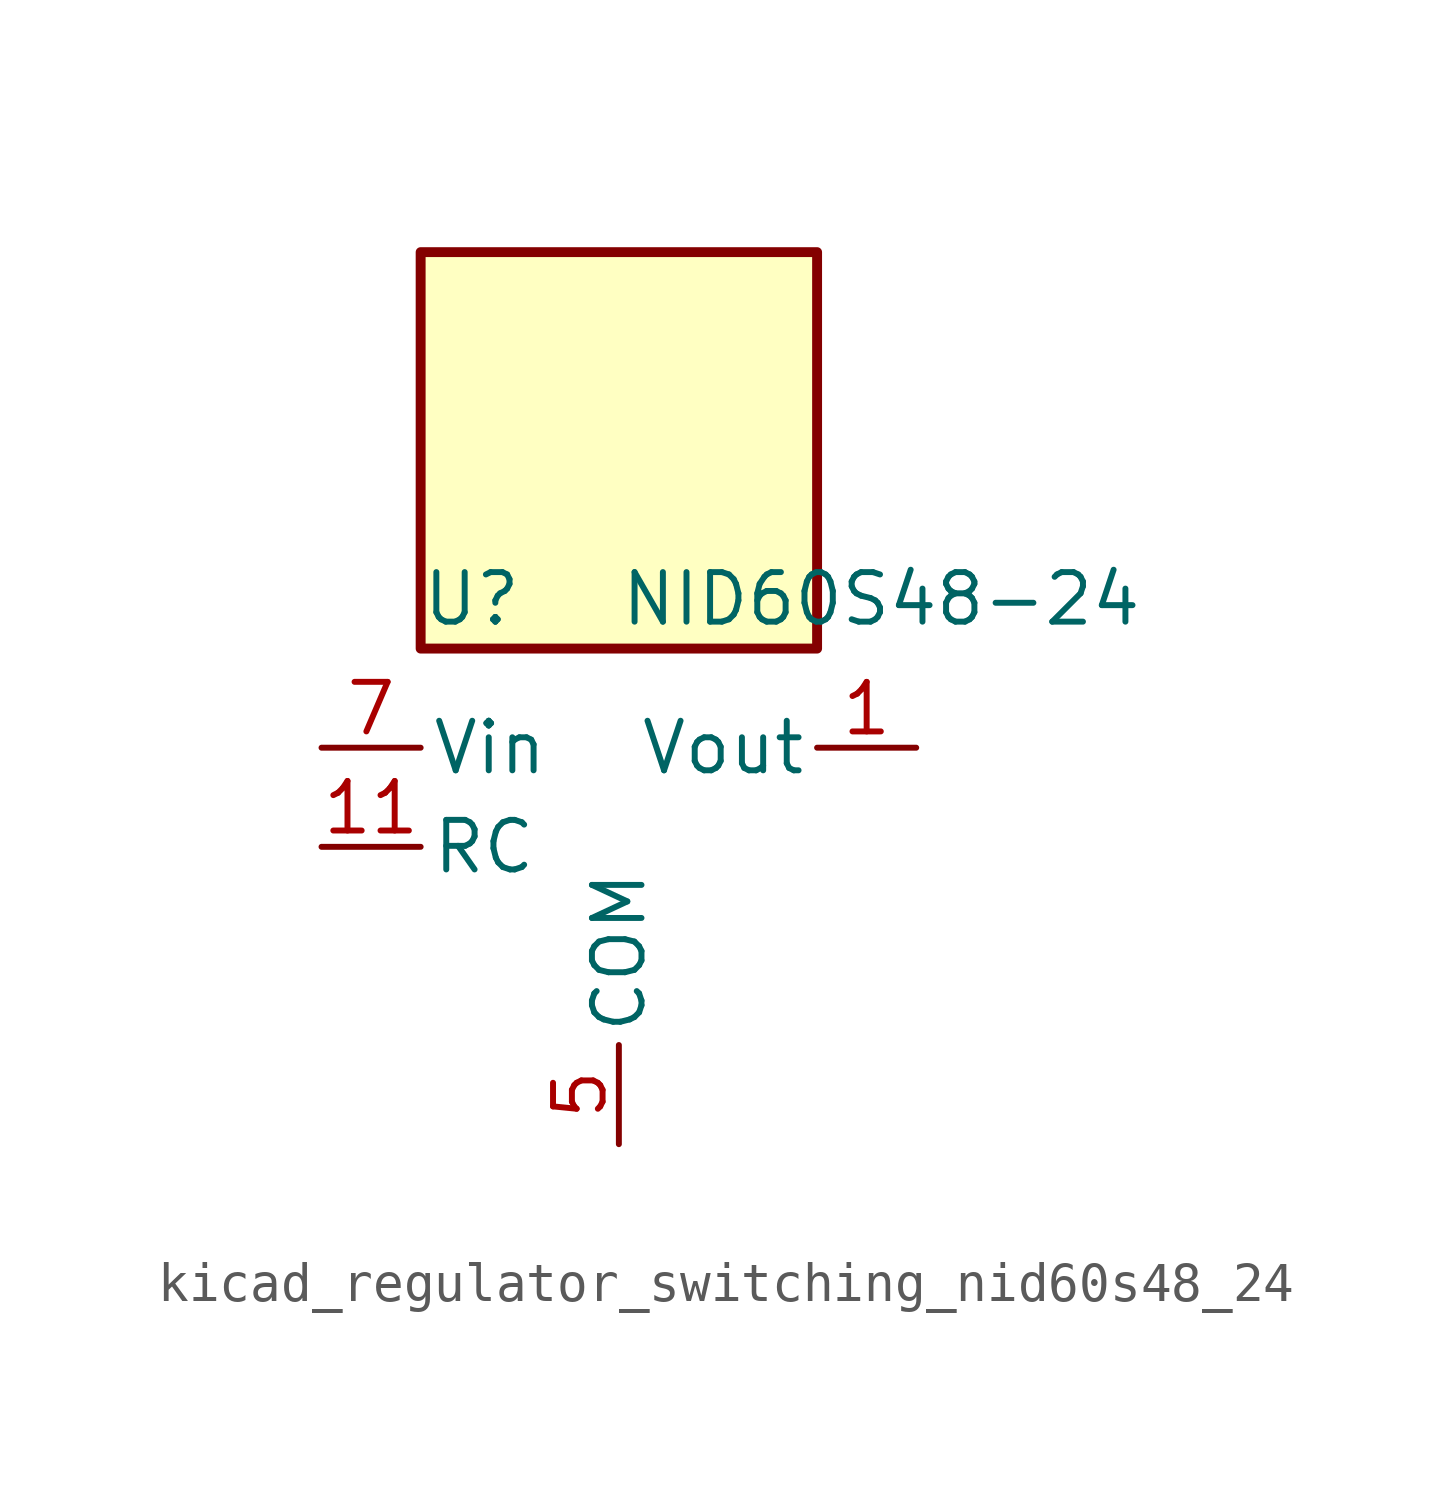
<source format=kicad_sym>
(kicad_symbol_lib
  (version 20220914)
  (generator kicad_symbol_editor)
  (symbol "kicad_regulator_switching_nid60s48_24"
    (pin_names
      (offset 0.254))
    (property "Reference" "U"
      (at -5.08 6.35 0)
      (effects (font (size 1.27 1.27)) (justify left)))
    (property "Value" "NID60S48-24"
      (at 0 6.35 0)
      (effects (font (size 1.27 1.27)) (justify left)))
    (symbol "kicad_regulator_switching_nid60s48_24_0_1"
      (rectangle (start 5.08 15.24) (end -5.08 5.08) (stroke (width 0.254) (type default)) (fill (type background))))
    (symbol "kicad_regulator_switching_nid60s48_24_1_1"
      (pin power_out line (at 7.62 2.54 180) (length 2.54) (name "Vout" (effects (font (size 1.27 1.27)))) (number "1" (effects (font (size 1.27 1.27)))))
      (pin no_connect line (at 5.08 -2.54 180) (length 2.54) hide (name "NC" (effects (font (size 1.27 1.27)))) (number "10" (effects (font (size 1.27 1.27)))))
      (pin input line (at -7.62 0 0) (length 2.54) (name "RC" (effects (font (size 1.27 1.27)))) (number "11" (effects (font (size 1.27 1.27)))))
      (pin passive line (at 7.62 2.54 180) (length 2.54) hide (name "Vout" (effects (font (size 1.27 1.27)))) (number "2" (effects (font (size 1.27 1.27)))))
      (pin passive line (at 7.62 2.54 180) (length 2.54) hide (name "Vout" (effects (font (size 1.27 1.27)))) (number "3" (effects (font (size 1.27 1.27)))))
      (pin passive line (at 7.62 2.54 180) (length 2.54) hide (name "Vout" (effects (font (size 1.27 1.27)))) (number "4" (effects (font (size 1.27 1.27)))))
      (pin power_in line (at 0 -7.62 90) (length 2.54) (name "COM" (effects (font (size 1.27 1.27)))) (number "5" (effects (font (size 1.27 1.27)))))
      (pin passive line (at 0 -7.62 90) (length 2.54) hide (name "COM" (effects (font (size 1.27 1.27)))) (number "6" (effects (font (size 1.27 1.27)))))
      (pin power_in line (at -7.62 2.54 0) (length 2.54) (name "Vin" (effects (font (size 1.27 1.27)))) (number "7" (effects (font (size 1.27 1.27)))))
      (pin passive line (at -7.62 2.54 0) (length 2.54) hide (name "Vin" (effects (font (size 1.27 1.27)))) (number "8" (effects (font (size 1.27 1.27)))))
      (pin no_connect line (at 5.08 0 180) (length 2.54) hide (name "NC" (effects (font (size 1.27 1.27)))) (number "9" (effects (font (size 1.27 1.27))))))))
</source>
